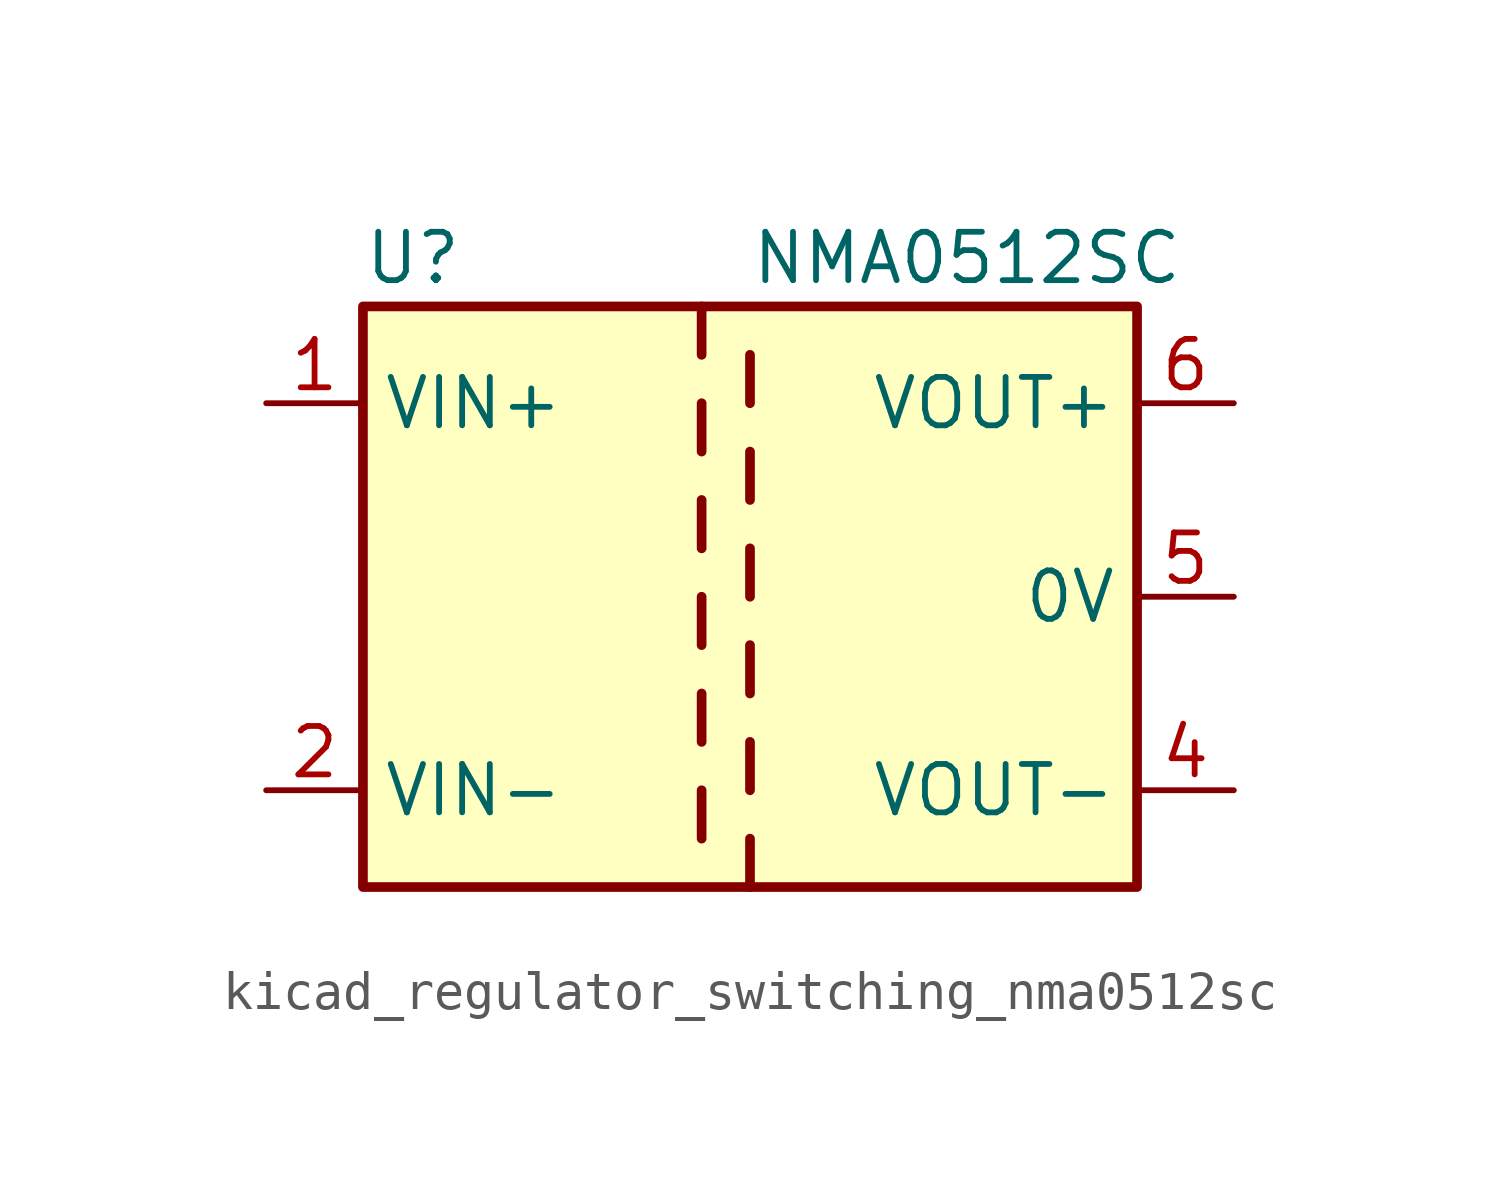
<source format=kicad_sym>
(kicad_symbol_lib
  (version 20220914)
  (generator kicad_symbol_editor)
  (symbol "kicad_regulator_switching_nma0512sc"
    (property "Reference" "U"
      (at -10.16 8.89 0)
      (effects (font (size 1.27 1.27)) (justify left)))
    (property "Value" "NMA0512SC"
      (at 0 8.89 0)
      (effects (font (size 1.27 1.27)) (justify left)))
    (symbol "kicad_regulator_switching_nma0512sc_0_1"
      (rectangle (start -10.16 7.62) (end 10.16 -7.62) (stroke (width 0.254) (type default)) (fill (type background)))
      (polyline (pts (xy -1.27 -5.08) (xy -1.27 -6.35)) (stroke (width 0.254) (type default)) (fill (type none)))
      (polyline (pts (xy -1.27 -2.54) (xy -1.27 -3.81)) (stroke (width 0.254) (type default)) (fill (type none)))
      (polyline (pts (xy -1.27 0) (xy -1.27 -1.27)) (stroke (width 0.254) (type default)) (fill (type none)))
      (polyline (pts (xy -1.27 2.54) (xy -1.27 1.27)) (stroke (width 0.254) (type default)) (fill (type none)))
      (polyline (pts (xy -1.27 5.08) (xy -1.27 3.81)) (stroke (width 0.254) (type default)) (fill (type none)))
      (polyline (pts (xy -1.27 7.62) (xy -1.27 6.35)) (stroke (width 0.254) (type default)) (fill (type none)))
      (polyline (pts (xy 0 -7.62) (xy 0 -6.35)) (stroke (width 0.254) (type default)) (fill (type none)))
      (polyline (pts (xy 0 -5.08) (xy 0 -3.81)) (stroke (width 0.254) (type default)) (fill (type none)))
      (polyline (pts (xy 0 -1.27) (xy 0 -2.54)) (stroke (width 0.254) (type default)) (fill (type none)))
      (polyline (pts (xy 0 0) (xy 0 1.27)) (stroke (width 0.254) (type default)) (fill (type none)))
      (polyline (pts (xy 0 2.54) (xy 0 3.81)) (stroke (width 0.254) (type default)) (fill (type none)))
      (polyline (pts (xy 0 5.08) (xy 0 6.35)) (stroke (width 0.254) (type default)) (fill (type none))))
    (symbol "kicad_regulator_switching_nma0512sc_1_1"
      (pin power_in line (at -12.7 5.08 0) (length 2.54) (name "VIN+" (effects (font (size 1.27 1.27)))) (number "1" (effects (font (size 1.27 1.27)))))
      (pin power_in line (at -12.7 -5.08 0) (length 2.54) (name "VIN-" (effects (font (size 1.27 1.27)))) (number "2" (effects (font (size 1.27 1.27)))))
      (pin power_out line (at 12.7 -5.08 180) (length 2.54) (name "VOUT-" (effects (font (size 1.27 1.27)))) (number "4" (effects (font (size 1.27 1.27)))))
      (pin power_out line (at 12.7 0 180) (length 2.54) (name "0V" (effects (font (size 1.27 1.27)))) (number "5" (effects (font (size 1.27 1.27)))))
      (pin power_out line (at 12.7 5.08 180) (length 2.54) (name "VOUT+" (effects (font (size 1.27 1.27)))) (number "6" (effects (font (size 1.27 1.27))))))))
</source>
